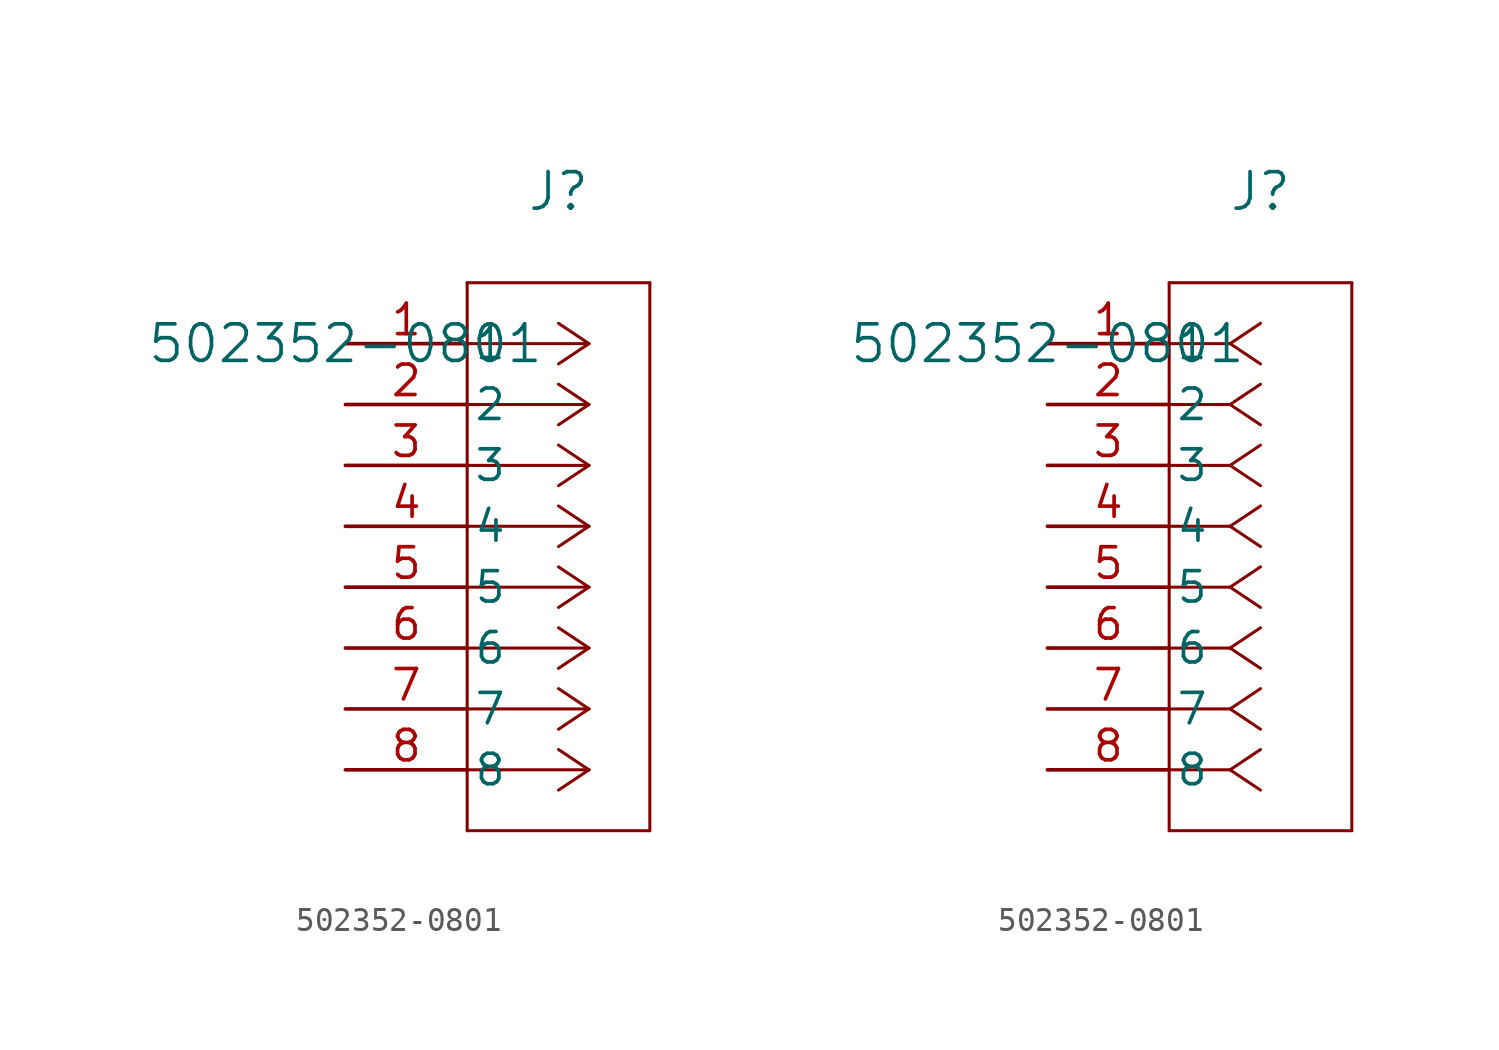
<source format=kicad_sym>
(kicad_symbol_lib
  (version 20211014)
  (generator kicad_symbol_editor)
  (symbol "502352-0801"
    (pin_names
      (offset 0.254))
    (property "Reference" "J"
      (at 8.89 6.35 0)
      (effects (font (size 1.524 1.524))))
    (property "Value" "502352-0801"
      (at 0 0 0)
      (effects (font (size 1.524 1.524))))
    (symbol "502352-0801_1_1"
      (polyline (pts (xy 10.16 0) (xy 5.08 0)) (stroke (width 0.127) (type default) (color 0 0 0 0)) (fill (type none)))
      (polyline (pts (xy 10.16 -2.54) (xy 5.08 -2.54)) (stroke (width 0.127) (type default) (color 0 0 0 0)) (fill (type none)))
      (polyline (pts (xy 10.16 -5.08) (xy 5.08 -5.08)) (stroke (width 0.127) (type default) (color 0 0 0 0)) (fill (type none)))
      (polyline (pts (xy 10.16 -7.62) (xy 5.08 -7.62)) (stroke (width 0.127) (type default) (color 0 0 0 0)) (fill (type none)))
      (polyline (pts (xy 10.16 -10.16) (xy 5.08 -10.16)) (stroke (width 0.127) (type default) (color 0 0 0 0)) (fill (type none)))
      (polyline (pts (xy 10.16 -12.7) (xy 5.08 -12.7)) (stroke (width 0.127) (type default) (color 0 0 0 0)) (fill (type none)))
      (polyline (pts (xy 10.16 -15.24) (xy 5.08 -15.24)) (stroke (width 0.127) (type default) (color 0 0 0 0)) (fill (type none)))
      (polyline (pts (xy 10.16 -17.78) (xy 5.08 -17.78)) (stroke (width 0.127) (type default) (color 0 0 0 0)) (fill (type none)))
      (polyline (pts (xy 10.16 0) (xy 8.89 0.847)) (stroke (width 0.127) (type default) (color 0 0 0 0)) (fill (type none)))
      (polyline (pts (xy 10.16 -2.54) (xy 8.89 -1.693)) (stroke (width 0.127) (type default) (color 0 0 0 0)) (fill (type none)))
      (polyline (pts (xy 10.16 -5.08) (xy 8.89 -4.233)) (stroke (width 0.127) (type default) (color 0 0 0 0)) (fill (type none)))
      (polyline (pts (xy 10.16 -7.62) (xy 8.89 -6.773)) (stroke (width 0.127) (type default) (color 0 0 0 0)) (fill (type none)))
      (polyline (pts (xy 10.16 -10.16) (xy 8.89 -9.313)) (stroke (width 0.127) (type default) (color 0 0 0 0)) (fill (type none)))
      (polyline (pts (xy 10.16 -12.7) (xy 8.89 -11.853)) (stroke (width 0.127) (type default) (color 0 0 0 0)) (fill (type none)))
      (polyline (pts (xy 10.16 -15.24) (xy 8.89 -14.393)) (stroke (width 0.127) (type default) (color 0 0 0 0)) (fill (type none)))
      (polyline (pts (xy 10.16 -17.78) (xy 8.89 -16.933)) (stroke (width 0.127) (type default) (color 0 0 0 0)) (fill (type none)))
      (polyline (pts (xy 10.16 0) (xy 8.89 -0.847)) (stroke (width 0.127) (type default) (color 0 0 0 0)) (fill (type none)))
      (polyline (pts (xy 10.16 -2.54) (xy 8.89 -3.387)) (stroke (width 0.127) (type default) (color 0 0 0 0)) (fill (type none)))
      (polyline (pts (xy 10.16 -5.08) (xy 8.89 -5.927)) (stroke (width 0.127) (type default) (color 0 0 0 0)) (fill (type none)))
      (polyline (pts (xy 10.16 -7.62) (xy 8.89 -8.467)) (stroke (width 0.127) (type default) (color 0 0 0 0)) (fill (type none)))
      (polyline (pts (xy 10.16 -10.16) (xy 8.89 -11.007)) (stroke (width 0.127) (type default) (color 0 0 0 0)) (fill (type none)))
      (polyline (pts (xy 10.16 -12.7) (xy 8.89 -13.547)) (stroke (width 0.127) (type default) (color 0 0 0 0)) (fill (type none)))
      (polyline (pts (xy 10.16 -15.24) (xy 8.89 -16.087)) (stroke (width 0.127) (type default) (color 0 0 0 0)) (fill (type none)))
      (polyline (pts (xy 10.16 -17.78) (xy 8.89 -18.627)) (stroke (width 0.127) (type default) (color 0 0 0 0)) (fill (type none)))
      (polyline (pts (xy 5.08 2.54) (xy 5.08 -20.32)) (stroke (width 0.127) (type default) (color 0 0 0 0)) (fill (type none)))
      (polyline (pts (xy 5.08 -20.32) (xy 12.7 -20.32)) (stroke (width 0.127) (type default) (color 0 0 0 0)) (fill (type none)))
      (polyline (pts (xy 12.7 -20.32) (xy 12.7 2.54)) (stroke (width 0.127) (type default) (color 0 0 0 0)) (fill (type none)))
      (polyline (pts (xy 12.7 2.54) (xy 5.08 2.54)) (stroke (width 0.127) (type default) (color 0 0 0 0)) (fill (type none)))
      (pin unspecified line (at 0 0 0) (length 5.08) (name "1" (effects (font (size 1.27 1.27)))) (number "1" (effects (font (size 1.27 1.27)))))
      (pin unspecified line (at 0 -2.54 0) (length 5.08) (name "2" (effects (font (size 1.27 1.27)))) (number "2" (effects (font (size 1.27 1.27)))))
      (pin unspecified line (at 0 -5.08 0) (length 5.08) (name "3" (effects (font (size 1.27 1.27)))) (number "3" (effects (font (size 1.27 1.27)))))
      (pin unspecified line (at 0 -7.62 0) (length 5.08) (name "4" (effects (font (size 1.27 1.27)))) (number "4" (effects (font (size 1.27 1.27)))))
      (pin unspecified line (at 0 -10.16 0) (length 5.08) (name "5" (effects (font (size 1.27 1.27)))) (number "5" (effects (font (size 1.27 1.27)))))
      (pin unspecified line (at 0 -12.7 0) (length 5.08) (name "6" (effects (font (size 1.27 1.27)))) (number "6" (effects (font (size 1.27 1.27)))))
      (pin unspecified line (at 0 -15.24 0) (length 5.08) (name "7" (effects (font (size 1.27 1.27)))) (number "7" (effects (font (size 1.27 1.27)))))
      (pin unspecified line (at 0 -17.78 0) (length 5.08) (name "8" (effects (font (size 1.27 1.27)))) (number "8" (effects (font (size 1.27 1.27))))))
    (symbol "502352-0801_1_2"
      (polyline (pts (xy 7.62 0) (xy 5.08 0)) (stroke (width 0.127) (type default) (color 0 0 0 0)) (fill (type none)))
      (polyline (pts (xy 7.62 -2.54) (xy 5.08 -2.54)) (stroke (width 0.127) (type default) (color 0 0 0 0)) (fill (type none)))
      (polyline (pts (xy 7.62 -5.08) (xy 5.08 -5.08)) (stroke (width 0.127) (type default) (color 0 0 0 0)) (fill (type none)))
      (polyline (pts (xy 7.62 -7.62) (xy 5.08 -7.62)) (stroke (width 0.127) (type default) (color 0 0 0 0)) (fill (type none)))
      (polyline (pts (xy 7.62 -10.16) (xy 5.08 -10.16)) (stroke (width 0.127) (type default) (color 0 0 0 0)) (fill (type none)))
      (polyline (pts (xy 7.62 -12.7) (xy 5.08 -12.7)) (stroke (width 0.127) (type default) (color 0 0 0 0)) (fill (type none)))
      (polyline (pts (xy 7.62 -15.24) (xy 5.08 -15.24)) (stroke (width 0.127) (type default) (color 0 0 0 0)) (fill (type none)))
      (polyline (pts (xy 7.62 -17.78) (xy 5.08 -17.78)) (stroke (width 0.127) (type default) (color 0 0 0 0)) (fill (type none)))
      (polyline (pts (xy 7.62 0) (xy 8.89 0.847)) (stroke (width 0.127) (type default) (color 0 0 0 0)) (fill (type none)))
      (polyline (pts (xy 7.62 -2.54) (xy 8.89 -1.693)) (stroke (width 0.127) (type default) (color 0 0 0 0)) (fill (type none)))
      (polyline (pts (xy 7.62 -5.08) (xy 8.89 -4.233)) (stroke (width 0.127) (type default) (color 0 0 0 0)) (fill (type none)))
      (polyline (pts (xy 7.62 -7.62) (xy 8.89 -6.773)) (stroke (width 0.127) (type default) (color 0 0 0 0)) (fill (type none)))
      (polyline (pts (xy 7.62 -10.16) (xy 8.89 -9.313)) (stroke (width 0.127) (type default) (color 0 0 0 0)) (fill (type none)))
      (polyline (pts (xy 7.62 -12.7) (xy 8.89 -11.853)) (stroke (width 0.127) (type default) (color 0 0 0 0)) (fill (type none)))
      (polyline (pts (xy 7.62 -15.24) (xy 8.89 -14.393)) (stroke (width 0.127) (type default) (color 0 0 0 0)) (fill (type none)))
      (polyline (pts (xy 7.62 -17.78) (xy 8.89 -16.933)) (stroke (width 0.127) (type default) (color 0 0 0 0)) (fill (type none)))
      (polyline (pts (xy 7.62 0) (xy 8.89 -0.847)) (stroke (width 0.127) (type default) (color 0 0 0 0)) (fill (type none)))
      (polyline (pts (xy 7.62 -2.54) (xy 8.89 -3.387)) (stroke (width 0.127) (type default) (color 0 0 0 0)) (fill (type none)))
      (polyline (pts (xy 7.62 -5.08) (xy 8.89 -5.927)) (stroke (width 0.127) (type default) (color 0 0 0 0)) (fill (type none)))
      (polyline (pts (xy 7.62 -7.62) (xy 8.89 -8.467)) (stroke (width 0.127) (type default) (color 0 0 0 0)) (fill (type none)))
      (polyline (pts (xy 7.62 -10.16) (xy 8.89 -11.007)) (stroke (width 0.127) (type default) (color 0 0 0 0)) (fill (type none)))
      (polyline (pts (xy 7.62 -12.7) (xy 8.89 -13.547)) (stroke (width 0.127) (type default) (color 0 0 0 0)) (fill (type none)))
      (polyline (pts (xy 7.62 -15.24) (xy 8.89 -16.087)) (stroke (width 0.127) (type default) (color 0 0 0 0)) (fill (type none)))
      (polyline (pts (xy 7.62 -17.78) (xy 8.89 -18.627)) (stroke (width 0.127) (type default) (color 0 0 0 0)) (fill (type none)))
      (polyline (pts (xy 5.08 2.54) (xy 5.08 -20.32)) (stroke (width 0.127) (type default) (color 0 0 0 0)) (fill (type none)))
      (polyline (pts (xy 5.08 -20.32) (xy 12.7 -20.32)) (stroke (width 0.127) (type default) (color 0 0 0 0)) (fill (type none)))
      (polyline (pts (xy 12.7 -20.32) (xy 12.7 2.54)) (stroke (width 0.127) (type default) (color 0 0 0 0)) (fill (type none)))
      (polyline (pts (xy 12.7 2.54) (xy 5.08 2.54)) (stroke (width 0.127) (type default) (color 0 0 0 0)) (fill (type none)))
      (pin unspecified line (at 0 0 0) (length 5.08) (name "1" (effects (font (size 1.27 1.27)))) (number "1" (effects (font (size 1.27 1.27)))))
      (pin unspecified line (at 0 -2.54 0) (length 5.08) (name "2" (effects (font (size 1.27 1.27)))) (number "2" (effects (font (size 1.27 1.27)))))
      (pin unspecified line (at 0 -5.08 0) (length 5.08) (name "3" (effects (font (size 1.27 1.27)))) (number "3" (effects (font (size 1.27 1.27)))))
      (pin unspecified line (at 0 -7.62 0) (length 5.08) (name "4" (effects (font (size 1.27 1.27)))) (number "4" (effects (font (size 1.27 1.27)))))
      (pin unspecified line (at 0 -10.16 0) (length 5.08) (name "5" (effects (font (size 1.27 1.27)))) (number "5" (effects (font (size 1.27 1.27)))))
      (pin unspecified line (at 0 -12.7 0) (length 5.08) (name "6" (effects (font (size 1.27 1.27)))) (number "6" (effects (font (size 1.27 1.27)))))
      (pin unspecified line (at 0 -15.24 0) (length 5.08) (name "7" (effects (font (size 1.27 1.27)))) (number "7" (effects (font (size 1.27 1.27)))))
      (pin unspecified line (at 0 -17.78 0) (length 5.08) (name "8" (effects (font (size 1.27 1.27)))) (number "8" (effects (font (size 1.27 1.27))))))))
</source>
